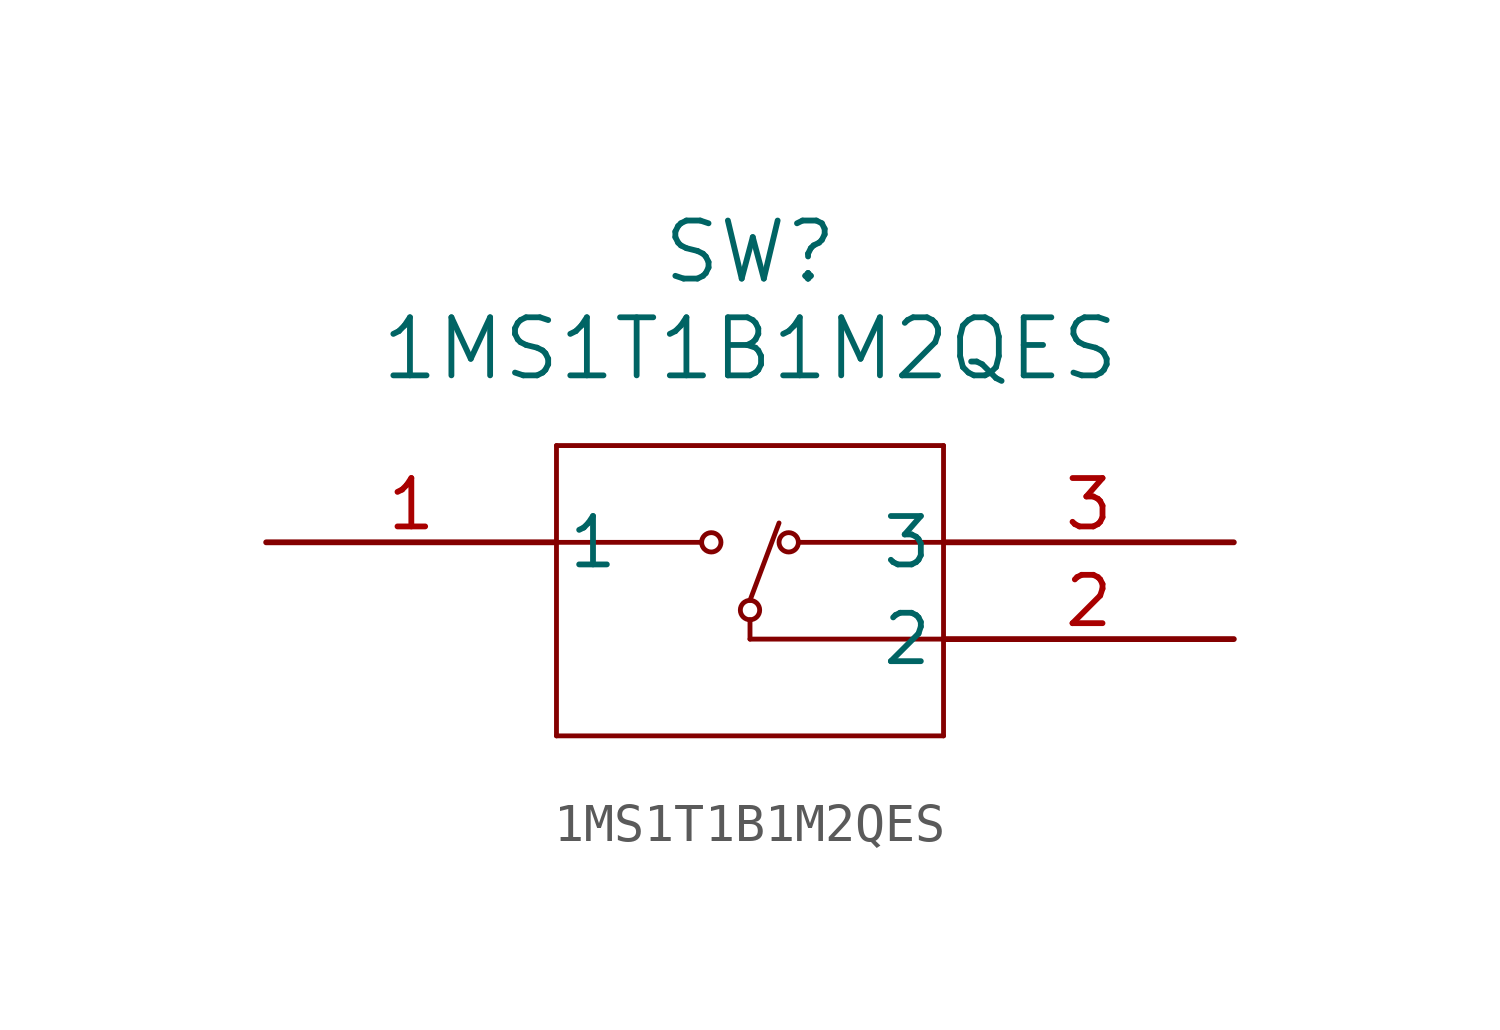
<source format=kicad_sym>
(kicad_symbol_lib
  (version 20211014)
  (generator kicad_symbol_editor)
  (symbol "1MS1T1B1M2QES"
    (pin_names
      (offset 0.254))
    (property "Reference" "SW"
      (at 12.7 7.62 0)
      (effects (font (size 1.524 1.524))))
    (property "Value" "1MS1T1B1M2QES"
      (at 12.7 5.08 0)
      (effects (font (size 1.524 1.524))))
    (symbol "1MS1T1B1M2QES_0_1"
      (polyline (pts (xy 7.62 2.54) (xy 7.62 -5.08)) (stroke (width 0.127) (type default) (color 0 0 0 0)) (fill (type none)))
      (polyline (pts (xy 7.62 -5.08) (xy 17.78 -5.08)) (stroke (width 0.127) (type default) (color 0 0 0 0)) (fill (type none)))
      (polyline (pts (xy 17.78 -5.08) (xy 17.78 2.54)) (stroke (width 0.127) (type default) (color 0 0 0 0)) (fill (type none)))
      (polyline (pts (xy 17.78 2.54) (xy 7.62 2.54)) (stroke (width 0.127) (type default) (color 0 0 0 0)) (fill (type none)))
      (polyline (pts (xy 7.62 0) (xy 11.43 0)) (stroke (width 0.127) (type default) (color 0 0 0 0)) (fill (type none)))
      (polyline (pts (xy 17.78 0) (xy 13.97 0)) (stroke (width 0.127) (type default) (color 0 0 0 0)) (fill (type none)))
      (polyline (pts (xy 17.78 -2.54) (xy 12.7 -2.54)) (stroke (width 0.127) (type default) (color 0 0 0 0)) (fill (type none)))
      (polyline (pts (xy 12.7 -2.032) (xy 12.7 -2.54)) (stroke (width 0.127) (type default) (color 0 0 0 0)) (fill (type none)))
      (circle (center 12.7 -1.778) (radius 0.254) (stroke (width 0.127) (type default) (color 0 0 0 0)) (fill (type none)))
      (polyline (pts (xy 12.7 -1.524) (xy 13.462 0.508)) (stroke (width 0.127) (type default) (color 0 0 0 0)) (fill (type none)))
      (circle (center 11.684 0) (radius 0.254) (stroke (width 0.127) (type default) (color 0 0 0 0)) (fill (type none)))
      (circle (center 13.716 0) (radius 0.254) (stroke (width 0.127) (type default) (color 0 0 0 0)) (fill (type none)))
      (pin unspecified line (at 0 0 0) (length 7.62) (name "1" (effects (font (size 1.27 1.27)))) (number "1" (effects (font (size 1.27 1.27)))))
      (pin unspecified line (at 25.4 -2.54 180) (length 7.62) (name "2" (effects (font (size 1.27 1.27)))) (number "2" (effects (font (size 1.27 1.27)))))
      (pin unspecified line (at 25.4 0 180) (length 7.62) (name "3" (effects (font (size 1.27 1.27)))) (number "3" (effects (font (size 1.27 1.27))))))))
</source>
